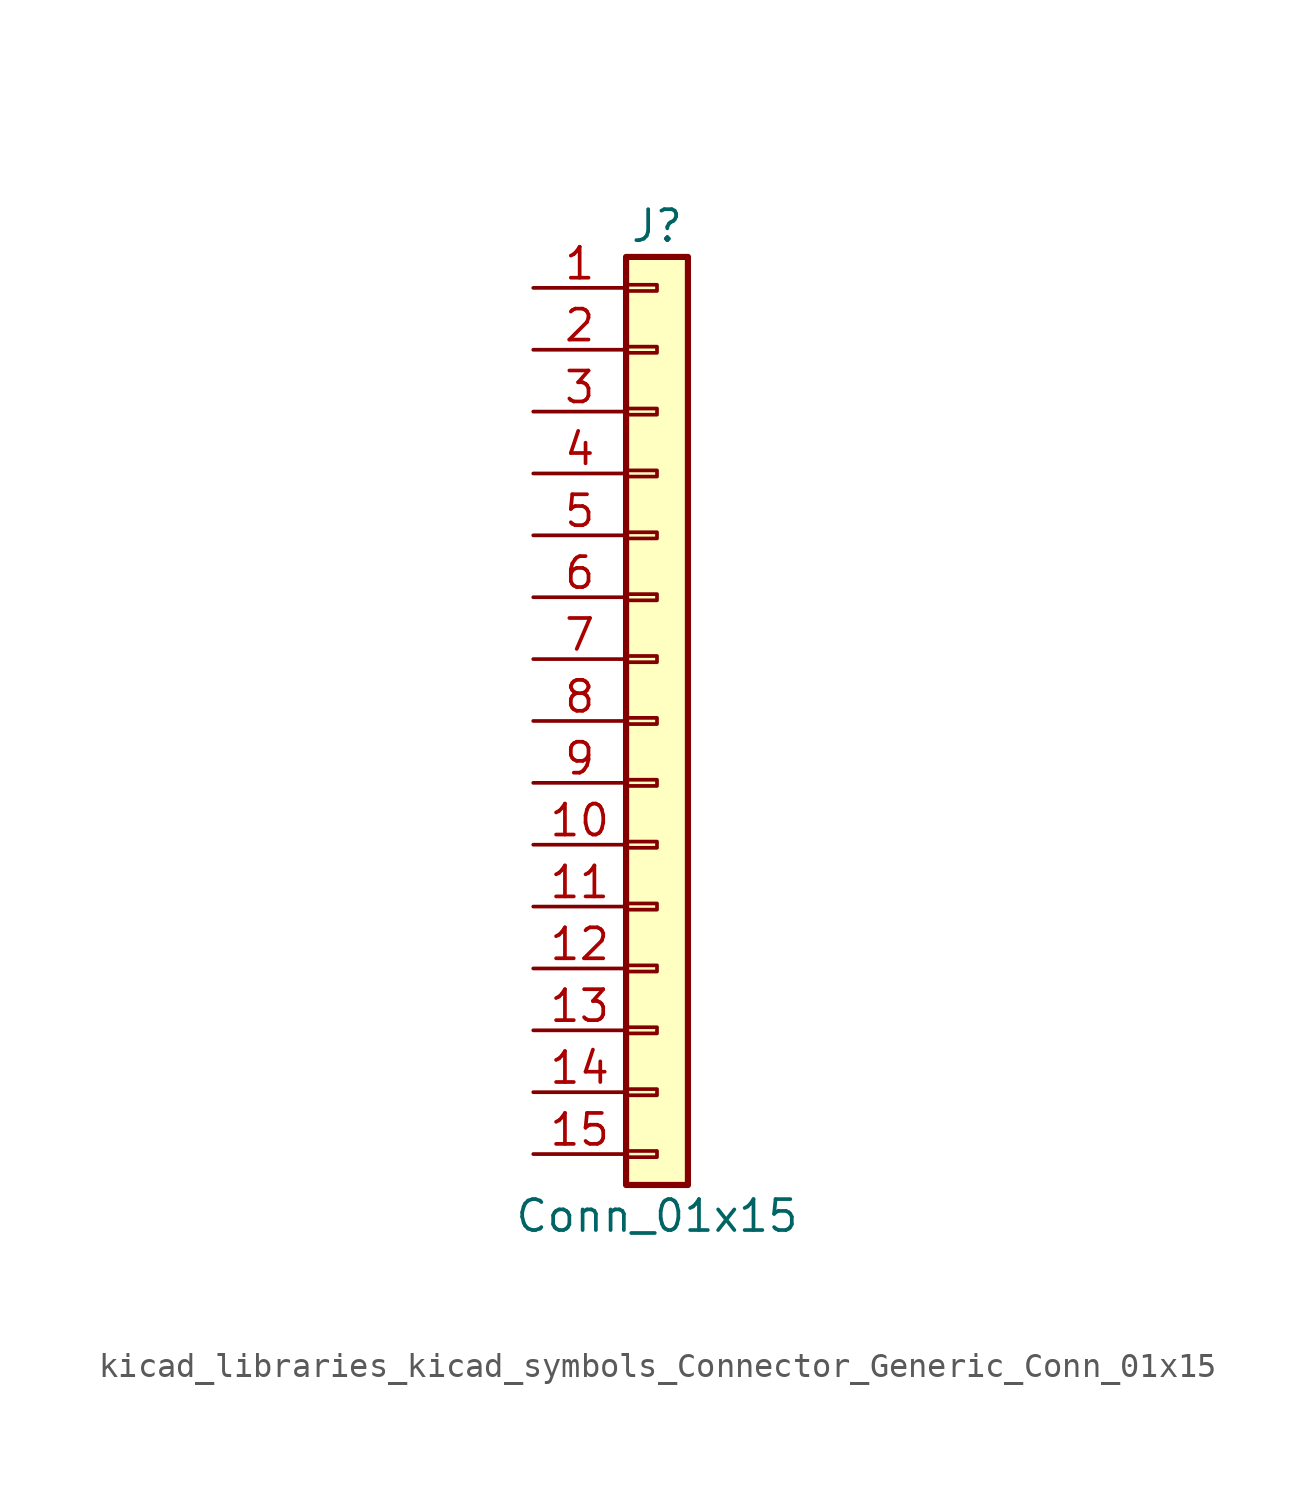
<source format=kicad_sym>
(kicad_symbol_lib
  (version 20220914)
  (generator kicad_symbol_editor)
  (symbol "kicad_libraries_kicad_symbols_Connector_Generic_Conn_01x15"
    (pin_names
      (offset 1.016) hide)
    (property "Reference" "J"
      (at 0 20.32 0)
      (effects (font (size 1.27 1.27))))
    (property "Value" "Conn_01x15"
      (at 0 -20.32 0)
      (effects (font (size 1.27 1.27))))
    (symbol "kicad_libraries_kicad_symbols_Connector_Generic_Conn_01x15_1_1"
      (rectangle (start -1.27 -17.653) (end 0 -17.907) (stroke (width 0.152) (type default)) (fill (type none)))
      (rectangle (start -1.27 -15.113) (end 0 -15.367) (stroke (width 0.152) (type default)) (fill (type none)))
      (rectangle (start -1.27 -12.573) (end 0 -12.827) (stroke (width 0.152) (type default)) (fill (type none)))
      (rectangle (start -1.27 -10.033) (end 0 -10.287) (stroke (width 0.152) (type default)) (fill (type none)))
      (rectangle (start -1.27 -7.493) (end 0 -7.747) (stroke (width 0.152) (type default)) (fill (type none)))
      (rectangle (start -1.27 -4.953) (end 0 -5.207) (stroke (width 0.152) (type default)) (fill (type none)))
      (rectangle (start -1.27 -2.413) (end 0 -2.667) (stroke (width 0.152) (type default)) (fill (type none)))
      (rectangle (start -1.27 0.127) (end 0 -0.127) (stroke (width 0.152) (type default)) (fill (type none)))
      (rectangle (start -1.27 2.667) (end 0 2.413) (stroke (width 0.152) (type default)) (fill (type none)))
      (rectangle (start -1.27 5.207) (end 0 4.953) (stroke (width 0.152) (type default)) (fill (type none)))
      (rectangle (start -1.27 7.747) (end 0 7.493) (stroke (width 0.152) (type default)) (fill (type none)))
      (rectangle (start -1.27 10.287) (end 0 10.033) (stroke (width 0.152) (type default)) (fill (type none)))
      (rectangle (start -1.27 12.827) (end 0 12.573) (stroke (width 0.152) (type default)) (fill (type none)))
      (rectangle (start -1.27 15.367) (end 0 15.113) (stroke (width 0.152) (type default)) (fill (type none)))
      (rectangle (start -1.27 17.907) (end 0 17.653) (stroke (width 0.152) (type default)) (fill (type none)))
      (rectangle (start -1.27 19.05) (end 1.27 -19.05) (stroke (width 0.254) (type default)) (fill (type background)))
      (pin passive line (at -5.08 17.78 0) (length 3.81) (name "Pin_1" (effects (font (size 1.27 1.27)))) (number "1" (effects (font (size 1.27 1.27)))))
      (pin passive line (at -5.08 -5.08 0) (length 3.81) (name "Pin_10" (effects (font (size 1.27 1.27)))) (number "10" (effects (font (size 1.27 1.27)))))
      (pin passive line (at -5.08 -7.62 0) (length 3.81) (name "Pin_11" (effects (font (size 1.27 1.27)))) (number "11" (effects (font (size 1.27 1.27)))))
      (pin passive line (at -5.08 -10.16 0) (length 3.81) (name "Pin_12" (effects (font (size 1.27 1.27)))) (number "12" (effects (font (size 1.27 1.27)))))
      (pin passive line (at -5.08 -12.7 0) (length 3.81) (name "Pin_13" (effects (font (size 1.27 1.27)))) (number "13" (effects (font (size 1.27 1.27)))))
      (pin passive line (at -5.08 -15.24 0) (length 3.81) (name "Pin_14" (effects (font (size 1.27 1.27)))) (number "14" (effects (font (size 1.27 1.27)))))
      (pin passive line (at -5.08 -17.78 0) (length 3.81) (name "Pin_15" (effects (font (size 1.27 1.27)))) (number "15" (effects (font (size 1.27 1.27)))))
      (pin passive line (at -5.08 15.24 0) (length 3.81) (name "Pin_2" (effects (font (size 1.27 1.27)))) (number "2" (effects (font (size 1.27 1.27)))))
      (pin passive line (at -5.08 12.7 0) (length 3.81) (name "Pin_3" (effects (font (size 1.27 1.27)))) (number "3" (effects (font (size 1.27 1.27)))))
      (pin passive line (at -5.08 10.16 0) (length 3.81) (name "Pin_4" (effects (font (size 1.27 1.27)))) (number "4" (effects (font (size 1.27 1.27)))))
      (pin passive line (at -5.08 7.62 0) (length 3.81) (name "Pin_5" (effects (font (size 1.27 1.27)))) (number "5" (effects (font (size 1.27 1.27)))))
      (pin passive line (at -5.08 5.08 0) (length 3.81) (name "Pin_6" (effects (font (size 1.27 1.27)))) (number "6" (effects (font (size 1.27 1.27)))))
      (pin passive line (at -5.08 2.54 0) (length 3.81) (name "Pin_7" (effects (font (size 1.27 1.27)))) (number "7" (effects (font (size 1.27 1.27)))))
      (pin passive line (at -5.08 0 0) (length 3.81) (name "Pin_8" (effects (font (size 1.27 1.27)))) (number "8" (effects (font (size 1.27 1.27)))))
      (pin passive line (at -5.08 -2.54 0) (length 3.81) (name "Pin_9" (effects (font (size 1.27 1.27)))) (number "9" (effects (font (size 1.27 1.27))))))))
</source>
